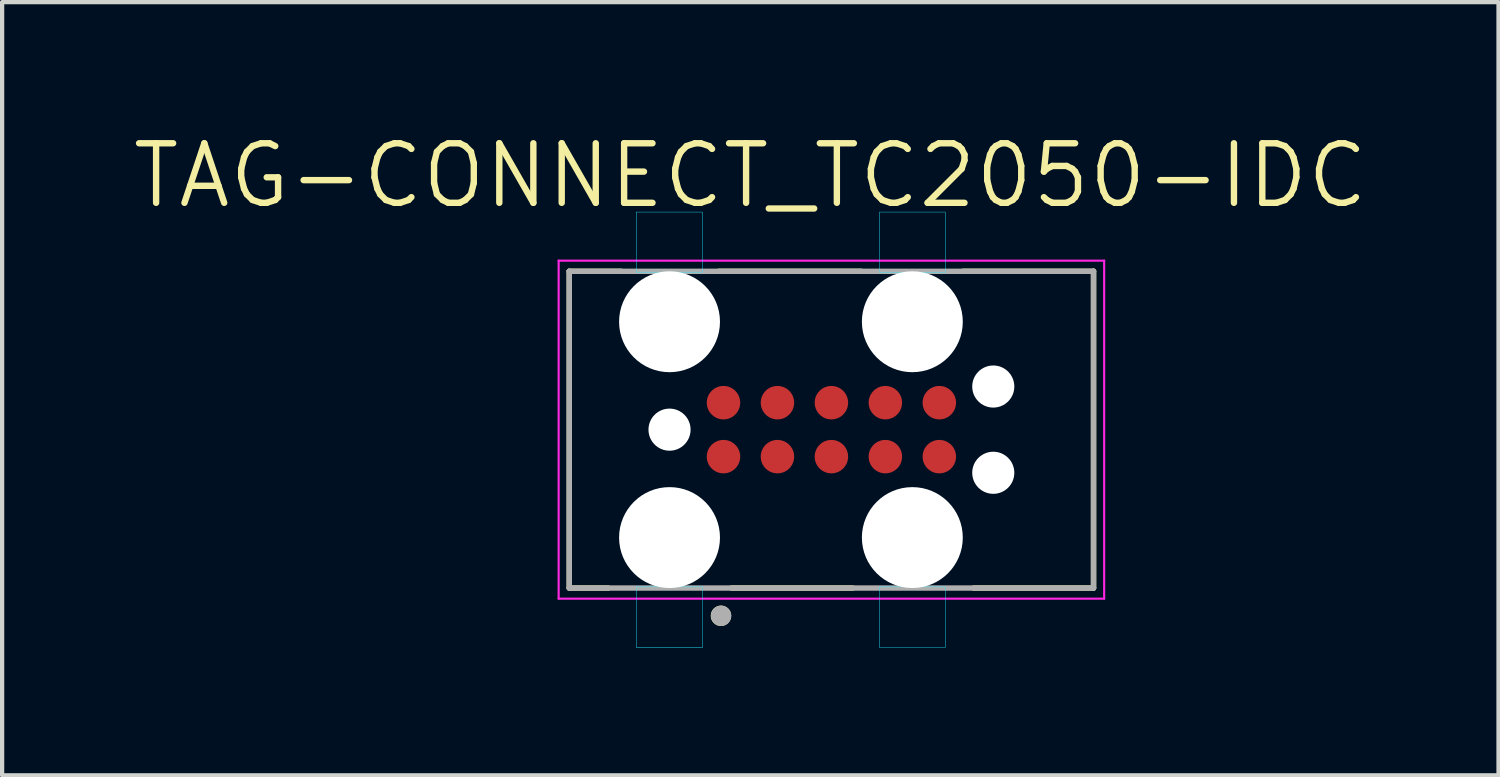
<source format=kicad_pcb>
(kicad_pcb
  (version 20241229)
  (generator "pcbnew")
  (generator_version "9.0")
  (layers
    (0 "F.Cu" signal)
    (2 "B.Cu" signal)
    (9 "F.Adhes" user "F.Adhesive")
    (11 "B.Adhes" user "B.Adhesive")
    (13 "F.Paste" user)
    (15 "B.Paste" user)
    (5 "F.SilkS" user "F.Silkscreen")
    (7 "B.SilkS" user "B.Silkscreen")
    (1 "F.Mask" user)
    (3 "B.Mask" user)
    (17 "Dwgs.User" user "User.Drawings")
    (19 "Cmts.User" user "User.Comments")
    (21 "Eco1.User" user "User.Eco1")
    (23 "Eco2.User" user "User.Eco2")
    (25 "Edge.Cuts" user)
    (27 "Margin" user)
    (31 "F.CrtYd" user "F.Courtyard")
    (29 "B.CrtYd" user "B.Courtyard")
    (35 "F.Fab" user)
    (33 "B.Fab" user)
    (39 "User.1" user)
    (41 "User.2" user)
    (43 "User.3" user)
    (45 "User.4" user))
  (footprint "TAG-CONNECT_TC2050-IDC"
    (layer "F.Cu")
    (at 16.519 7.063)
    (property "Reference" "TAG-CONNECT_TC2050-IDC" (at -1.908 -5.98 0) (layer "F.SilkS") (effects (font (size 1.402 1.402) (thickness 0.15))))
    (attr smd)
    (fp_line (start -6.17 -3.728) (end -4.95 -3.728) (stroke (width 0.127) (type solid)) (layer "F.SilkS"))
    (fp_line (start -6.17 3.728) (end -6.17 -3.728) (stroke (width 0.127) (type solid)) (layer "F.SilkS"))
    (fp_line (start -5.25 3.728) (end -6.17 3.728) (stroke (width 0.127) (type solid)) (layer "F.SilkS"))
    (fp_line (start -2.65 -3.728) (end 0.7 -3.728) (stroke (width 0.127) (type solid)) (layer "F.SilkS"))
    (fp_line (start 0.5 3.728) (end -2.35 3.728) (stroke (width 0.127) (type solid)) (layer "F.SilkS"))
    (fp_line (start 3.1 -3.728) (end 6.17 -3.728) (stroke (width 0.127) (type solid)) (layer "F.SilkS"))
    (fp_line (start 6.17 -3.728) (end 6.17 3.728) (stroke (width 0.127) (type solid)) (layer "F.SilkS"))
    (fp_line (start 6.17 3.728) (end 3.35 3.728) (stroke (width 0.127) (type solid)) (layer "F.SilkS"))
    (fp_circle (center -2.6 4.381) (end -2.48 4.381) (stroke (width 0.24) (type solid)) (fill no) (layer "F.SilkS"))
    (fp_poly (pts (xy -4.593 -5.122) (xy -3.035 -5.122) (xy -3.035 -3.707) (xy -4.593 -3.707)) (stroke (width 0.01) (type solid)) (fill no) (layer "B.CrtYd"))
    (fp_poly (pts (xy -4.59 3.7) (xy -3.035 3.7) (xy -3.035 5.129) (xy -4.59 5.129)) (stroke (width 0.01) (type solid)) (fill no) (layer "B.CrtYd"))
    (fp_poly (pts (xy 1.132 -5.122) (xy 2.679 -5.122) (xy 2.679 -3.706) (xy 1.132 -3.706)) (stroke (width 0.01) (type solid)) (fill no) (layer "B.CrtYd"))
    (fp_poly (pts (xy 1.132 3.7) (xy 2.679 3.7) (xy 2.679 5.13) (xy 1.132 5.13)) (stroke (width 0.01) (type solid)) (fill no) (layer "B.CrtYd"))
    (fp_line (start -6.42 -3.978) (end 6.42 -3.978) (stroke (width 0.05) (type solid)) (layer "F.CrtYd"))
    (fp_line (start -6.42 3.978) (end -6.42 -3.978) (stroke (width 0.05) (type solid)) (layer "F.CrtYd"))
    (fp_line (start 6.42 -3.978) (end 6.42 3.978) (stroke (width 0.05) (type solid)) (layer "F.CrtYd"))
    (fp_line (start 6.42 3.978) (end -6.42 3.978) (stroke (width 0.05) (type solid)) (layer "F.CrtYd"))
    (fp_line (start -6.17 -3.728) (end 6.17 -3.728) (stroke (width 0.127) (type solid)) (layer "F.Fab"))
    (fp_line (start -6.17 3.728) (end -6.17 -3.728) (stroke (width 0.127) (type solid)) (layer "F.Fab"))
    (fp_line (start 6.17 -3.728) (end 6.17 3.728) (stroke (width 0.127) (type solid)) (layer "F.Fab"))
    (fp_line (start 6.17 3.728) (end -6.17 3.728) (stroke (width 0.127) (type solid)) (layer "F.Fab"))
    (fp_circle (center -2.595 4.381) (end -2.475 4.381) (stroke (width 0.24) (type solid)) (fill no) (layer "F.Fab"))
    (pad "" np_thru_hole circle (at -3.81 -2.54) (size 2.375 2.375) (drill 2.375) (layers "*.Cu" "*.Mask"))
    (pad "" np_thru_hole circle (at -3.81 0) (size 0.991 0.991) (drill 0.991) (layers "*.Cu" "*.Mask"))
    (pad "" np_thru_hole circle (at -3.81 2.54) (size 2.375 2.375) (drill 2.375) (layers "*.Cu" "*.Mask"))
    (pad "" np_thru_hole circle (at 1.905 -2.54) (size 2.375 2.375) (drill 2.375) (layers "*.Cu" "*.Mask"))
    (pad "" np_thru_hole circle (at 1.905 2.54) (size 2.375 2.375) (drill 2.375) (layers "*.Cu" "*.Mask"))
    (pad "" np_thru_hole circle (at 3.81 -1.015) (size 0.991 0.991) (drill 0.991) (layers "*.Cu" "*.Mask"))
    (pad "" np_thru_hole circle (at 3.81 1.015) (size 0.991 0.991) (drill 0.991) (layers "*.Cu" "*.Mask"))
    (pad "1" smd circle (at -2.54 0.635) (size 0.787 0.787) (layers "F.Cu" "F.Mask"))
    (pad "2" smd circle (at -1.27 0.635) (size 0.787 0.787) (layers "F.Cu" "F.Mask"))
    (pad "3" smd circle (at 0 0.635) (size 0.787 0.787) (layers "F.Cu" "F.Mask"))
    (pad "4" smd circle (at 1.27 0.635) (size 0.787 0.787) (layers "F.Cu" "F.Mask"))
    (pad "5" smd circle (at 2.54 0.635) (size 0.787 0.787) (layers "F.Cu" "F.Mask"))
    (pad "6" smd circle (at 2.54 -0.635 180) (size 0.787 0.787) (layers "F.Cu" "F.Mask"))
    (pad "7" smd circle (at 1.27 -0.635 180) (size 0.787 0.787) (layers "F.Cu" "F.Mask"))
    (pad "8" smd circle (at 0 -0.635 180) (size 0.787 0.787) (layers "F.Cu" "F.Mask"))
    (pad "9" smd circle (at -1.27 -0.635 180) (size 0.787 0.787) (layers "F.Cu" "F.Mask"))
    (pad "10" smd circle (at -2.54 -0.635 180) (size 0.787 0.787) (layers "F.Cu" "F.Mask"))
    (zone (net_name "") (layer "F.Cu") (hatch full 0.508) (connect_pads) (min_thickness 0.0001) (filled_areas_thickness no) (keepout (tracks not_allowed) (vias not_allowed) (pads not_allowed) (copperpour not_allowed) (footprints allowed)) (placement (enabled no)) (fill) (polygon (pts (xy 13.979 7.063) (xy 13.979 7.305) (xy 19.059 7.305) (xy 19.059 6.822) (xy 13.979 6.822))))
    (zone (net_name "") (layer "F.Cu") (hatch full 0.508) (connect_pads) (min_thickness 0.0001) (filled_areas_thickness no) (keepout (tracks not_allowed) (vias not_allowed) (pads not_allowed) (copperpour not_allowed) (footprints allowed)) (placement (enabled no)) (fill) (polygon (pts (xy 13.979 7.305) (xy 15.249 7.304) (xy 15.228 7.305) (xy 15.208 7.306) (xy 15.187 7.309) (xy 15.167 7.313) (xy 15.147 7.318) (xy 15.127 7.324) (xy 15.108 7.33) (xy 15.089 7.338) (xy 15.07 7.347) (xy 15.052 7.357) (xy 15.035 7.368) (xy 15.018 7.379) (xy 15.001 7.392) (xy 14.986 7.405) (xy 14.971 7.42) (xy 14.956 7.435) (xy 14.943 7.45) (xy 14.93 7.467) (xy 14.919 7.484) (xy 14.908 7.501) (xy 14.898 7.519) (xy 14.889 7.538) (xy 14.881 7.557) (xy 14.875 7.576) (xy 14.869 7.596) (xy 14.864 7.616) (xy 14.86 7.636) (xy 14.857 7.657) (xy 14.856 7.677) (xy 14.855 7.698) (xy 14.373 7.698) (xy 14.372 7.677) (xy 14.371 7.657) (xy 14.368 7.636) (xy 14.364 7.616) (xy 14.359 7.596) (xy 14.353 7.576) (xy 14.347 7.557) (xy 14.339 7.538) (xy 14.33 7.519) (xy 14.32 7.501) (xy 14.309 7.484) (xy 14.298 7.467) (xy 14.285 7.45) (xy 14.272 7.435) (xy 14.257 7.42) (xy 14.242 7.405) (xy 14.227 7.392) (xy 14.21 7.379) (xy 14.193 7.368) (xy 14.176 7.357) (xy 14.158 7.347) (xy 14.139 7.338) (xy 14.12 7.33) (xy 14.101 7.324) (xy 14.081 7.318) (xy 14.061 7.313) (xy 14.041 7.309) (xy 14.02 7.306) (xy 14 7.305) (xy 13.979 7.304))))
    (zone (net_name "") (layer "F.Cu") (hatch full 0.508) (connect_pads) (min_thickness 0.0001) (filled_areas_thickness no) (keepout (tracks not_allowed) (vias not_allowed) (pads not_allowed) (copperpour not_allowed) (footprints allowed)) (placement (enabled no)) (fill) (polygon (pts (xy 15.249 6.822) (xy 13.979 6.822) (xy 14 6.821) (xy 14.02 6.82) (xy 14.041 6.817) (xy 14.061 6.813) (xy 14.081 6.808) (xy 14.101 6.802) (xy 14.12 6.796) (xy 14.139 6.788) (xy 14.158 6.779) (xy 14.176 6.769) (xy 14.193 6.758) (xy 14.21 6.747) (xy 14.227 6.734) (xy 14.242 6.721) (xy 14.257 6.706) (xy 14.272 6.691) (xy 14.285 6.676) (xy 14.298 6.659) (xy 14.309 6.642) (xy 14.32 6.625) (xy 14.33 6.607) (xy 14.339 6.588) (xy 14.347 6.569) (xy 14.353 6.55) (xy 14.359 6.53) (xy 14.364 6.51) (xy 14.368 6.49) (xy 14.371 6.469) (xy 14.372 6.449) (xy 14.373 6.428) (xy 14.855 6.428) (xy 14.856 6.449) (xy 14.857 6.469) (xy 14.86 6.49) (xy 14.864 6.51) (xy 14.869 6.53) (xy 14.875 6.55) (xy 14.881 6.569) (xy 14.889 6.588) (xy 14.898 6.607) (xy 14.908 6.625) (xy 14.919 6.642) (xy 14.93 6.659) (xy 14.943 6.676) (xy 14.956 6.691) (xy 14.971 6.706) (xy 14.986 6.721) (xy 15.001 6.734) (xy 15.018 6.747) (xy 15.035 6.758) (xy 15.052 6.769) (xy 15.07 6.779) (xy 15.089 6.788) (xy 15.108 6.796) (xy 15.127 6.802) (xy 15.147 6.808) (xy 15.167 6.813) (xy 15.187 6.817) (xy 15.208 6.82) (xy 15.228 6.821) (xy 15.249 6.822))))
    (zone (net_name "") (layer "F.Cu") (hatch full 0.508) (connect_pads) (min_thickness 0.0001) (filled_areas_thickness no) (keepout (tracks not_allowed) (vias not_allowed) (pads not_allowed) (copperpour not_allowed) (footprints allowed)) (placement (enabled no)) (fill) (polygon (pts (xy 15.249 7.305) (xy 16.519 7.304) (xy 16.498 7.305) (xy 16.478 7.306) (xy 16.457 7.309) (xy 16.437 7.313) (xy 16.417 7.318) (xy 16.397 7.324) (xy 16.378 7.33) (xy 16.359 7.338) (xy 16.34 7.347) (xy 16.322 7.357) (xy 16.305 7.368) (xy 16.288 7.379) (xy 16.271 7.392) (xy 16.256 7.405) (xy 16.241 7.42) (xy 16.226 7.435) (xy 16.213 7.45) (xy 16.2 7.467) (xy 16.189 7.484) (xy 16.178 7.501) (xy 16.168 7.519) (xy 16.159 7.538) (xy 16.151 7.557) (xy 16.145 7.576) (xy 16.139 7.596) (xy 16.134 7.616) (xy 16.13 7.636) (xy 16.127 7.657) (xy 16.126 7.677) (xy 16.125 7.698) (xy 15.643 7.698) (xy 15.642 7.677) (xy 15.641 7.657) (xy 15.638 7.636) (xy 15.634 7.616) (xy 15.629 7.596) (xy 15.623 7.576) (xy 15.617 7.557) (xy 15.609 7.538) (xy 15.6 7.519) (xy 15.59 7.501) (xy 15.579 7.484) (xy 15.568 7.467) (xy 15.555 7.45) (xy 15.542 7.435) (xy 15.527 7.42) (xy 15.512 7.405) (xy 15.497 7.392) (xy 15.48 7.379) (xy 15.463 7.368) (xy 15.446 7.357) (xy 15.428 7.347) (xy 15.409 7.338) (xy 15.39 7.33) (xy 15.371 7.324) (xy 15.351 7.318) (xy 15.331 7.313) (xy 15.311 7.309) (xy 15.29 7.306) (xy 15.27 7.305) (xy 15.249 7.304))))
    (zone (net_name "") (layer "F.Cu") (hatch full 0.508) (connect_pads) (min_thickness 0.0001) (filled_areas_thickness no) (keepout (tracks not_allowed) (vias not_allowed) (pads not_allowed) (copperpour not_allowed) (footprints allowed)) (placement (enabled no)) (fill) (polygon (pts (xy 16.519 6.822) (xy 15.249 6.822) (xy 15.27 6.821) (xy 15.29 6.82) (xy 15.311 6.817) (xy 15.331 6.813) (xy 15.351 6.808) (xy 15.371 6.802) (xy 15.39 6.796) (xy 15.409 6.788) (xy 15.428 6.779) (xy 15.446 6.769) (xy 15.463 6.758) (xy 15.48 6.747) (xy 15.497 6.734) (xy 15.512 6.721) (xy 15.527 6.706) (xy 15.542 6.691) (xy 15.555 6.676) (xy 15.568 6.659) (xy 15.579 6.642) (xy 15.59 6.625) (xy 15.6 6.607) (xy 15.609 6.588) (xy 15.617 6.569) (xy 15.623 6.55) (xy 15.629 6.53) (xy 15.634 6.51) (xy 15.638 6.49) (xy 15.641 6.469) (xy 15.642 6.449) (xy 15.643 6.428) (xy 16.125 6.428) (xy 16.126 6.449) (xy 16.127 6.469) (xy 16.13 6.49) (xy 16.134 6.51) (xy 16.139 6.53) (xy 16.145 6.55) (xy 16.151 6.569) (xy 16.159 6.588) (xy 16.168 6.607) (xy 16.178 6.625) (xy 16.189 6.642) (xy 16.2 6.659) (xy 16.213 6.676) (xy 16.226 6.691) (xy 16.241 6.706) (xy 16.256 6.721) (xy 16.271 6.734) (xy 16.288 6.747) (xy 16.305 6.758) (xy 16.322 6.769) (xy 16.34 6.779) (xy 16.359 6.788) (xy 16.378 6.796) (xy 16.397 6.802) (xy 16.417 6.808) (xy 16.437 6.813) (xy 16.457 6.817) (xy 16.478 6.82) (xy 16.498 6.821) (xy 16.519 6.822))))
    (zone (net_name "") (layer "F.Cu") (hatch full 0.508) (connect_pads) (min_thickness 0.0001) (filled_areas_thickness no) (keepout (tracks not_allowed) (vias not_allowed) (pads not_allowed) (copperpour not_allowed) (footprints allowed)) (placement (enabled no)) (fill) (polygon (pts (xy 16.519 7.305) (xy 17.789 7.304) (xy 17.768 7.305) (xy 17.748 7.306) (xy 17.727 7.309) (xy 17.707 7.313) (xy 17.687 7.318) (xy 17.667 7.324) (xy 17.648 7.33) (xy 17.629 7.338) (xy 17.61 7.347) (xy 17.592 7.357) (xy 17.575 7.368) (xy 17.558 7.379) (xy 17.541 7.392) (xy 17.526 7.405) (xy 17.511 7.42) (xy 17.496 7.435) (xy 17.483 7.45) (xy 17.47 7.467) (xy 17.459 7.484) (xy 17.448 7.501) (xy 17.438 7.519) (xy 17.429 7.538) (xy 17.421 7.557) (xy 17.415 7.576) (xy 17.409 7.596) (xy 17.404 7.616) (xy 17.4 7.636) (xy 17.397 7.657) (xy 17.396 7.677) (xy 17.395 7.698) (xy 16.913 7.698) (xy 16.912 7.677) (xy 16.911 7.657) (xy 16.908 7.636) (xy 16.904 7.616) (xy 16.899 7.596) (xy 16.893 7.576) (xy 16.887 7.557) (xy 16.879 7.538) (xy 16.87 7.519) (xy 16.86 7.501) (xy 16.849 7.484) (xy 16.838 7.467) (xy 16.825 7.45) (xy 16.812 7.435) (xy 16.797 7.42) (xy 16.782 7.405) (xy 16.767 7.392) (xy 16.75 7.379) (xy 16.733 7.368) (xy 16.716 7.357) (xy 16.698 7.347) (xy 16.679 7.338) (xy 16.66 7.33) (xy 16.641 7.324) (xy 16.621 7.318) (xy 16.601 7.313) (xy 16.581 7.309) (xy 16.56 7.306) (xy 16.54 7.305) (xy 16.519 7.304))))
    (zone (net_name "") (layer "F.Cu") (hatch full 0.508) (connect_pads) (min_thickness 0.0001) (filled_areas_thickness no) (keepout (tracks not_allowed) (vias not_allowed) (pads not_allowed) (copperpour not_allowed) (footprints allowed)) (placement (enabled no)) (fill) (polygon (pts (xy 17.789 6.822) (xy 16.519 6.822) (xy 16.54 6.821) (xy 16.56 6.82) (xy 16.581 6.817) (xy 16.601 6.813) (xy 16.621 6.808) (xy 16.641 6.802) (xy 16.66 6.796) (xy 16.679 6.788) (xy 16.698 6.779) (xy 16.716 6.769) (xy 16.733 6.758) (xy 16.75 6.747) (xy 16.767 6.734) (xy 16.782 6.721) (xy 16.797 6.706) (xy 16.812 6.691) (xy 16.825 6.676) (xy 16.838 6.659) (xy 16.849 6.642) (xy 16.86 6.625) (xy 16.87 6.607) (xy 16.879 6.588) (xy 16.887 6.569) (xy 16.893 6.55) (xy 16.899 6.53) (xy 16.904 6.51) (xy 16.908 6.49) (xy 16.911 6.469) (xy 16.912 6.449) (xy 16.913 6.428) (xy 17.395 6.428) (xy 17.396 6.449) (xy 17.397 6.469) (xy 17.4 6.49) (xy 17.404 6.51) (xy 17.409 6.53) (xy 17.415 6.55) (xy 17.421 6.569) (xy 17.429 6.588) (xy 17.438 6.607) (xy 17.448 6.625) (xy 17.459 6.642) (xy 17.47 6.659) (xy 17.483 6.676) (xy 17.496 6.691) (xy 17.511 6.706) (xy 17.526 6.721) (xy 17.541 6.734) (xy 17.558 6.747) (xy 17.575 6.758) (xy 17.592 6.769) (xy 17.61 6.779) (xy 17.629 6.788) (xy 17.648 6.796) (xy 17.667 6.802) (xy 17.687 6.808) (xy 17.707 6.813) (xy 17.727 6.817) (xy 17.748 6.82) (xy 17.768 6.821) (xy 17.789 6.822))))
    (zone (net_name "") (layer "F.Cu") (hatch full 0.508) (connect_pads) (min_thickness 0.0001) (filled_areas_thickness no) (keepout (tracks not_allowed) (vias not_allowed) (pads not_allowed) (copperpour not_allowed) (footprints allowed)) (placement (enabled no)) (fill) (polygon (pts (xy 17.789 7.305) (xy 19.059 7.304) (xy 19.038 7.305) (xy 19.018 7.306) (xy 18.997 7.309) (xy 18.977 7.313) (xy 18.957 7.318) (xy 18.937 7.324) (xy 18.918 7.33) (xy 18.899 7.338) (xy 18.88 7.347) (xy 18.862 7.357) (xy 18.845 7.368) (xy 18.828 7.379) (xy 18.811 7.392) (xy 18.796 7.405) (xy 18.781 7.42) (xy 18.766 7.435) (xy 18.753 7.45) (xy 18.74 7.467) (xy 18.729 7.484) (xy 18.718 7.501) (xy 18.708 7.519) (xy 18.699 7.538) (xy 18.691 7.557) (xy 18.685 7.576) (xy 18.679 7.596) (xy 18.674 7.616) (xy 18.67 7.636) (xy 18.667 7.657) (xy 18.666 7.677) (xy 18.665 7.698) (xy 18.183 7.698) (xy 18.182 7.677) (xy 18.181 7.657) (xy 18.178 7.636) (xy 18.174 7.616) (xy 18.169 7.596) (xy 18.163 7.576) (xy 18.157 7.557) (xy 18.149 7.538) (xy 18.14 7.519) (xy 18.13 7.501) (xy 18.119 7.484) (xy 18.108 7.467) (xy 18.095 7.45) (xy 18.082 7.435) (xy 18.067 7.42) (xy 18.052 7.405) (xy 18.037 7.392) (xy 18.02 7.379) (xy 18.003 7.368) (xy 17.986 7.357) (xy 17.968 7.347) (xy 17.949 7.338) (xy 17.93 7.33) (xy 17.911 7.324) (xy 17.891 7.318) (xy 17.871 7.313) (xy 17.851 7.309) (xy 17.83 7.306) (xy 17.81 7.305) (xy 17.789 7.304))))
    (zone (net_name "") (layer "F.Cu") (hatch full 0.508) (connect_pads) (min_thickness 0.0001) (filled_areas_thickness no) (keepout (tracks not_allowed) (vias not_allowed) (pads not_allowed) (copperpour not_allowed) (footprints allowed)) (placement (enabled no)) (fill) (polygon (pts (xy 19.059 6.822) (xy 17.789 6.822) (xy 17.81 6.821) (xy 17.83 6.82) (xy 17.851 6.817) (xy 17.871 6.813) (xy 17.891 6.808) (xy 17.911 6.802) (xy 17.93 6.796) (xy 17.949 6.788) (xy 17.968 6.779) (xy 17.986 6.769) (xy 18.003 6.758) (xy 18.02 6.747) (xy 18.037 6.734) (xy 18.052 6.721) (xy 18.067 6.706) (xy 18.082 6.691) (xy 18.095 6.676) (xy 18.108 6.659) (xy 18.119 6.642) (xy 18.13 6.625) (xy 18.14 6.607) (xy 18.149 6.588) (xy 18.157 6.569) (xy 18.163 6.55) (xy 18.169 6.53) (xy 18.174 6.51) (xy 18.178 6.49) (xy 18.181 6.469) (xy 18.182 6.449) (xy 18.183 6.428) (xy 18.665 6.428) (xy 18.666 6.449) (xy 18.667 6.469) (xy 18.67 6.49) (xy 18.674 6.51) (xy 18.679 6.53) (xy 18.685 6.55) (xy 18.691 6.569) (xy 18.699 6.588) (xy 18.708 6.607) (xy 18.718 6.625) (xy 18.729 6.642) (xy 18.74 6.659) (xy 18.753 6.676) (xy 18.766 6.691) (xy 18.781 6.706) (xy 18.796 6.721) (xy 18.811 6.734) (xy 18.828 6.747) (xy 18.845 6.758) (xy 18.862 6.769) (xy 18.88 6.779) (xy 18.899 6.788) (xy 18.918 6.796) (xy 18.937 6.802) (xy 18.957 6.808) (xy 18.977 6.813) (xy 18.997 6.817) (xy 19.018 6.82) (xy 19.038 6.821) (xy 19.059 6.822))))
    (zone (net_name "") (layers "F.Cu" "B.Cu") (hatch full 0.508) (connect_pads) (min_thickness 0.0001) (filled_areas_thickness no) (keepout (tracks allowed) (vias not_allowed) (pads allowed) (copperpour allowed) (footprints allowed)) (placement (enabled no)) (fill) (polygon (pts (xy 13.979 6.822) (xy 13.979 7.305) (xy 19.059 7.305) (xy 19.059 6.822))))
    (zone (net_name "") (layers "F.Cu" "B.Cu") (hatch full 0.508) (connect_pads) (min_thickness 0.0001) (filled_areas_thickness no) (keepout (tracks allowed) (vias not_allowed) (pads allowed) (copperpour allowed) (footprints allowed)) (placement (enabled no)) (fill) (polygon (pts (xy 13.979 7.305) (xy 15.249 7.304) (xy 15.228 7.305) (xy 15.208 7.306) (xy 15.187 7.309) (xy 15.167 7.313) (xy 15.147 7.318) (xy 15.127 7.324) (xy 15.108 7.33) (xy 15.089 7.338) (xy 15.07 7.347) (xy 15.052 7.357) (xy 15.035 7.368) (xy 15.018 7.379) (xy 15.001 7.392) (xy 14.986 7.405) (xy 14.971 7.42) (xy 14.956 7.435) (xy 14.943 7.45) (xy 14.93 7.467) (xy 14.919 7.484) (xy 14.908 7.501) (xy 14.898 7.519) (xy 14.889 7.538) (xy 14.881 7.557) (xy 14.875 7.576) (xy 14.869 7.596) (xy 14.864 7.616) (xy 14.86 7.636) (xy 14.857 7.657) (xy 14.856 7.677) (xy 14.855 7.698) (xy 14.373 7.698) (xy 14.372 7.677) (xy 14.371 7.657) (xy 14.368 7.636) (xy 14.364 7.616) (xy 14.359 7.596) (xy 14.353 7.576) (xy 14.347 7.557) (xy 14.339 7.538) (xy 14.33 7.519) (xy 14.32 7.501) (xy 14.309 7.484) (xy 14.298 7.467) (xy 14.285 7.45) (xy 14.272 7.435) (xy 14.257 7.42) (xy 14.242 7.405) (xy 14.227 7.392) (xy 14.21 7.379) (xy 14.193 7.368) (xy 14.176 7.357) (xy 14.158 7.347) (xy 14.139 7.338) (xy 14.12 7.33) (xy 14.101 7.324) (xy 14.081 7.318) (xy 14.061 7.313) (xy 14.041 7.309) (xy 14.02 7.306) (xy 14 7.305) (xy 13.979 7.304))))
    (zone (net_name "") (layers "F.Cu" "B.Cu") (hatch full 0.508) (connect_pads) (min_thickness 0.0001) (filled_areas_thickness no) (keepout (tracks allowed) (vias not_allowed) (pads allowed) (copperpour allowed) (footprints allowed)) (placement (enabled no)) (fill) (polygon (pts (xy 15.249 6.822) (xy 13.979 6.822) (xy 14 6.821) (xy 14.02 6.82) (xy 14.041 6.817) (xy 14.061 6.813) (xy 14.081 6.808) (xy 14.101 6.802) (xy 14.12 6.796) (xy 14.139 6.788) (xy 14.158 6.779) (xy 14.176 6.769) (xy 14.193 6.758) (xy 14.21 6.747) (xy 14.227 6.734) (xy 14.242 6.721) (xy 14.257 6.706) (xy 14.272 6.691) (xy 14.285 6.676) (xy 14.298 6.659) (xy 14.309 6.642) (xy 14.32 6.625) (xy 14.33 6.607) (xy 14.339 6.588) (xy 14.347 6.569) (xy 14.353 6.55) (xy 14.359 6.53) (xy 14.364 6.51) (xy 14.368 6.49) (xy 14.371 6.469) (xy 14.372 6.449) (xy 14.373 6.428) (xy 14.855 6.428) (xy 14.856 6.449) (xy 14.857 6.469) (xy 14.86 6.49) (xy 14.864 6.51) (xy 14.869 6.53) (xy 14.875 6.55) (xy 14.881 6.569) (xy 14.889 6.588) (xy 14.898 6.607) (xy 14.908 6.625) (xy 14.919 6.642) (xy 14.93 6.659) (xy 14.943 6.676) (xy 14.956 6.691) (xy 14.971 6.706) (xy 14.986 6.721) (xy 15.001 6.734) (xy 15.018 6.747) (xy 15.035 6.758) (xy 15.052 6.769) (xy 15.07 6.779) (xy 15.089 6.788) (xy 15.108 6.796) (xy 15.127 6.802) (xy 15.147 6.808) (xy 15.167 6.813) (xy 15.187 6.817) (xy 15.208 6.82) (xy 15.228 6.821) (xy 15.249 6.822))))
    (zone (net_name "") (layers "F.Cu" "B.Cu") (hatch full 0.508) (connect_pads) (min_thickness 0.0001) (filled_areas_thickness no) (keepout (tracks allowed) (vias not_allowed) (pads allowed) (copperpour allowed) (footprints allowed)) (placement (enabled no)) (fill) (polygon (pts (xy 15.249 7.305) (xy 16.519 7.304) (xy 16.498 7.305) (xy 16.478 7.306) (xy 16.457 7.309) (xy 16.437 7.313) (xy 16.417 7.318) (xy 16.397 7.324) (xy 16.378 7.33) (xy 16.359 7.338) (xy 16.34 7.347) (xy 16.322 7.357) (xy 16.305 7.368) (xy 16.288 7.379) (xy 16.271 7.392) (xy 16.256 7.405) (xy 16.241 7.42) (xy 16.226 7.435) (xy 16.213 7.45) (xy 16.2 7.467) (xy 16.189 7.484) (xy 16.178 7.501) (xy 16.168 7.519) (xy 16.159 7.538) (xy 16.151 7.557) (xy 16.145 7.576) (xy 16.139 7.596) (xy 16.134 7.616) (xy 16.13 7.636) (xy 16.127 7.657) (xy 16.126 7.677) (xy 16.125 7.698) (xy 15.643 7.698) (xy 15.642 7.677) (xy 15.641 7.657) (xy 15.638 7.636) (xy 15.634 7.616) (xy 15.629 7.596) (xy 15.623 7.576) (xy 15.617 7.557) (xy 15.609 7.538) (xy 15.6 7.519) (xy 15.59 7.501) (xy 15.579 7.484) (xy 15.568 7.467) (xy 15.555 7.45) (xy 15.542 7.435) (xy 15.527 7.42) (xy 15.512 7.405) (xy 15.497 7.392) (xy 15.48 7.379) (xy 15.463 7.368) (xy 15.446 7.357) (xy 15.428 7.347) (xy 15.409 7.338) (xy 15.39 7.33) (xy 15.371 7.324) (xy 15.351 7.318) (xy 15.331 7.313) (xy 15.311 7.309) (xy 15.29 7.306) (xy 15.27 7.305) (xy 15.249 7.304))))
    (zone (net_name "") (layers "F.Cu" "B.Cu") (hatch full 0.508) (connect_pads) (min_thickness 0.0001) (filled_areas_thickness no) (keepout (tracks allowed) (vias not_allowed) (pads allowed) (copperpour allowed) (footprints allowed)) (placement (enabled no)) (fill) (polygon (pts (xy 16.519 6.822) (xy 15.249 6.822) (xy 15.27 6.821) (xy 15.29 6.82) (xy 15.311 6.817) (xy 15.331 6.813) (xy 15.351 6.808) (xy 15.371 6.802) (xy 15.39 6.796) (xy 15.409 6.788) (xy 15.428 6.779) (xy 15.446 6.769) (xy 15.463 6.758) (xy 15.48 6.747) (xy 15.497 6.734) (xy 15.512 6.721) (xy 15.527 6.706) (xy 15.542 6.691) (xy 15.555 6.676) (xy 15.568 6.659) (xy 15.579 6.642) (xy 15.59 6.625) (xy 15.6 6.607) (xy 15.609 6.588) (xy 15.617 6.569) (xy 15.623 6.55) (xy 15.629 6.53) (xy 15.634 6.51) (xy 15.638 6.49) (xy 15.641 6.469) (xy 15.642 6.449) (xy 15.643 6.428) (xy 16.125 6.428) (xy 16.126 6.449) (xy 16.127 6.469) (xy 16.13 6.49) (xy 16.134 6.51) (xy 16.139 6.53) (xy 16.145 6.55) (xy 16.151 6.569) (xy 16.159 6.588) (xy 16.168 6.607) (xy 16.178 6.625) (xy 16.189 6.642) (xy 16.2 6.659) (xy 16.213 6.676) (xy 16.226 6.691) (xy 16.241 6.706) (xy 16.256 6.721) (xy 16.271 6.734) (xy 16.288 6.747) (xy 16.305 6.758) (xy 16.322 6.769) (xy 16.34 6.779) (xy 16.359 6.788) (xy 16.378 6.796) (xy 16.397 6.802) (xy 16.417 6.808) (xy 16.437 6.813) (xy 16.457 6.817) (xy 16.478 6.82) (xy 16.498 6.821) (xy 16.519 6.822))))
    (zone (net_name "") (layers "F.Cu" "B.Cu") (hatch full 0.508) (connect_pads) (min_thickness 0.0001) (filled_areas_thickness no) (keepout (tracks allowed) (vias not_allowed) (pads allowed) (copperpour allowed) (footprints allowed)) (placement (enabled no)) (fill) (polygon (pts (xy 16.519 7.305) (xy 17.789 7.304) (xy 17.768 7.305) (xy 17.748 7.306) (xy 17.727 7.309) (xy 17.707 7.313) (xy 17.687 7.318) (xy 17.667 7.324) (xy 17.648 7.33) (xy 17.629 7.338) (xy 17.61 7.347) (xy 17.592 7.357) (xy 17.575 7.368) (xy 17.558 7.379) (xy 17.541 7.392) (xy 17.526 7.405) (xy 17.511 7.42) (xy 17.496 7.435) (xy 17.483 7.45) (xy 17.47 7.467) (xy 17.459 7.484) (xy 17.448 7.501) (xy 17.438 7.519) (xy 17.429 7.538) (xy 17.421 7.557) (xy 17.415 7.576) (xy 17.409 7.596) (xy 17.404 7.616) (xy 17.4 7.636) (xy 17.397 7.657) (xy 17.396 7.677) (xy 17.395 7.698) (xy 16.913 7.698) (xy 16.912 7.677) (xy 16.911 7.657) (xy 16.908 7.636) (xy 16.904 7.616) (xy 16.899 7.596) (xy 16.893 7.576) (xy 16.887 7.557) (xy 16.879 7.538) (xy 16.87 7.519) (xy 16.86 7.501) (xy 16.849 7.484) (xy 16.838 7.467) (xy 16.825 7.45) (xy 16.812 7.435) (xy 16.797 7.42) (xy 16.782 7.405) (xy 16.767 7.392) (xy 16.75 7.379) (xy 16.733 7.368) (xy 16.716 7.357) (xy 16.698 7.347) (xy 16.679 7.338) (xy 16.66 7.33) (xy 16.641 7.324) (xy 16.621 7.318) (xy 16.601 7.313) (xy 16.581 7.309) (xy 16.56 7.306) (xy 16.54 7.305) (xy 16.519 7.304))))
    (zone (net_name "") (layers "F.Cu" "B.Cu") (hatch full 0.508) (connect_pads) (min_thickness 0.0001) (filled_areas_thickness no) (keepout (tracks allowed) (vias not_allowed) (pads allowed) (copperpour allowed) (footprints allowed)) (placement (enabled no)) (fill) (polygon (pts (xy 17.789 6.822) (xy 16.519 6.822) (xy 16.54 6.821) (xy 16.56 6.82) (xy 16.581 6.817) (xy 16.601 6.813) (xy 16.621 6.808) (xy 16.641 6.802) (xy 16.66 6.796) (xy 16.679 6.788) (xy 16.698 6.779) (xy 16.716 6.769) (xy 16.733 6.758) (xy 16.75 6.747) (xy 16.767 6.734) (xy 16.782 6.721) (xy 16.797 6.706) (xy 16.812 6.691) (xy 16.825 6.676) (xy 16.838 6.659) (xy 16.849 6.642) (xy 16.86 6.625) (xy 16.87 6.607) (xy 16.879 6.588) (xy 16.887 6.569) (xy 16.893 6.55) (xy 16.899 6.53) (xy 16.904 6.51) (xy 16.908 6.49) (xy 16.911 6.469) (xy 16.912 6.449) (xy 16.913 6.428) (xy 17.395 6.428) (xy 17.396 6.449) (xy 17.397 6.469) (xy 17.4 6.49) (xy 17.404 6.51) (xy 17.409 6.53) (xy 17.415 6.55) (xy 17.421 6.569) (xy 17.429 6.588) (xy 17.438 6.607) (xy 17.448 6.625) (xy 17.459 6.642) (xy 17.47 6.659) (xy 17.483 6.676) (xy 17.496 6.691) (xy 17.511 6.706) (xy 17.526 6.721) (xy 17.541 6.734) (xy 17.558 6.747) (xy 17.575 6.758) (xy 17.592 6.769) (xy 17.61 6.779) (xy 17.629 6.788) (xy 17.648 6.796) (xy 17.667 6.802) (xy 17.687 6.808) (xy 17.707 6.813) (xy 17.727 6.817) (xy 17.748 6.82) (xy 17.768 6.821) (xy 17.789 6.822))))
    (zone (net_name "") (layers "F.Cu" "B.Cu") (hatch full 0.508) (connect_pads) (min_thickness 0.0001) (filled_areas_thickness no) (keepout (tracks allowed) (vias not_allowed) (pads allowed) (copperpour allowed) (footprints allowed)) (placement (enabled no)) (fill) (polygon (pts (xy 17.789 7.305) (xy 19.059 7.304) (xy 19.038 7.305) (xy 19.018 7.306) (xy 18.997 7.309) (xy 18.977 7.313) (xy 18.957 7.318) (xy 18.937 7.324) (xy 18.918 7.33) (xy 18.899 7.338) (xy 18.88 7.347) (xy 18.862 7.357) (xy 18.845 7.368) (xy 18.828 7.379) (xy 18.811 7.392) (xy 18.796 7.405) (xy 18.781 7.42) (xy 18.766 7.435) (xy 18.753 7.45) (xy 18.74 7.467) (xy 18.729 7.484) (xy 18.718 7.501) (xy 18.708 7.519) (xy 18.699 7.538) (xy 18.691 7.557) (xy 18.685 7.576) (xy 18.679 7.596) (xy 18.674 7.616) (xy 18.67 7.636) (xy 18.667 7.657) (xy 18.666 7.677) (xy 18.665 7.698) (xy 18.183 7.698) (xy 18.182 7.677) (xy 18.181 7.657) (xy 18.178 7.636) (xy 18.174 7.616) (xy 18.169 7.596) (xy 18.163 7.576) (xy 18.157 7.557) (xy 18.149 7.538) (xy 18.14 7.519) (xy 18.13 7.501) (xy 18.119 7.484) (xy 18.108 7.467) (xy 18.095 7.45) (xy 18.082 7.435) (xy 18.067 7.42) (xy 18.052 7.405) (xy 18.037 7.392) (xy 18.02 7.379) (xy 18.003 7.368) (xy 17.986 7.357) (xy 17.968 7.347) (xy 17.949 7.338) (xy 17.93 7.33) (xy 17.911 7.324) (xy 17.891 7.318) (xy 17.871 7.313) (xy 17.851 7.309) (xy 17.83 7.306) (xy 17.81 7.305) (xy 17.789 7.304))))
    (zone (net_name "") (layers "F.Cu" "B.Cu") (hatch full 0.508) (connect_pads) (min_thickness 0.0001) (filled_areas_thickness no) (keepout (tracks allowed) (vias not_allowed) (pads allowed) (copperpour allowed) (footprints allowed)) (placement (enabled no)) (fill) (polygon (pts (xy 19.059 6.822) (xy 17.789 6.822) (xy 17.81 6.821) (xy 17.83 6.82) (xy 17.851 6.817) (xy 17.871 6.813) (xy 17.891 6.808) (xy 17.911 6.802) (xy 17.93 6.796) (xy 17.949 6.788) (xy 17.968 6.779) (xy 17.986 6.769) (xy 18.003 6.758) (xy 18.02 6.747) (xy 18.037 6.734) (xy 18.052 6.721) (xy 18.067 6.706) (xy 18.082 6.691) (xy 18.095 6.676) (xy 18.108 6.659) (xy 18.119 6.642) (xy 18.13 6.625) (xy 18.14 6.607) (xy 18.149 6.588) (xy 18.157 6.569) (xy 18.163 6.55) (xy 18.169 6.53) (xy 18.174 6.51) (xy 18.178 6.49) (xy 18.181 6.469) (xy 18.182 6.449) (xy 18.183 6.428) (xy 18.665 6.428) (xy 18.666 6.449) (xy 18.667 6.469) (xy 18.67 6.49) (xy 18.674 6.51) (xy 18.679 6.53) (xy 18.685 6.55) (xy 18.691 6.569) (xy 18.699 6.588) (xy 18.708 6.607) (xy 18.718 6.625) (xy 18.729 6.642) (xy 18.74 6.659) (xy 18.753 6.676) (xy 18.766 6.691) (xy 18.781 6.706) (xy 18.796 6.721) (xy 18.811 6.734) (xy 18.828 6.747) (xy 18.845 6.758) (xy 18.862 6.769) (xy 18.88 6.779) (xy 18.899 6.788) (xy 18.918 6.796) (xy 18.937 6.802) (xy 18.957 6.808) (xy 18.977 6.813) (xy 18.997 6.817) (xy 19.018 6.82) (xy 19.038 6.821) (xy 19.059 6.822)))))
  (gr_rect
    (start -3 -3)
    (end 32.221 15.199)
    (stroke (width 0.1) (type default))
    (fill no)
    (layer "Edge.Cuts")))
</source>
